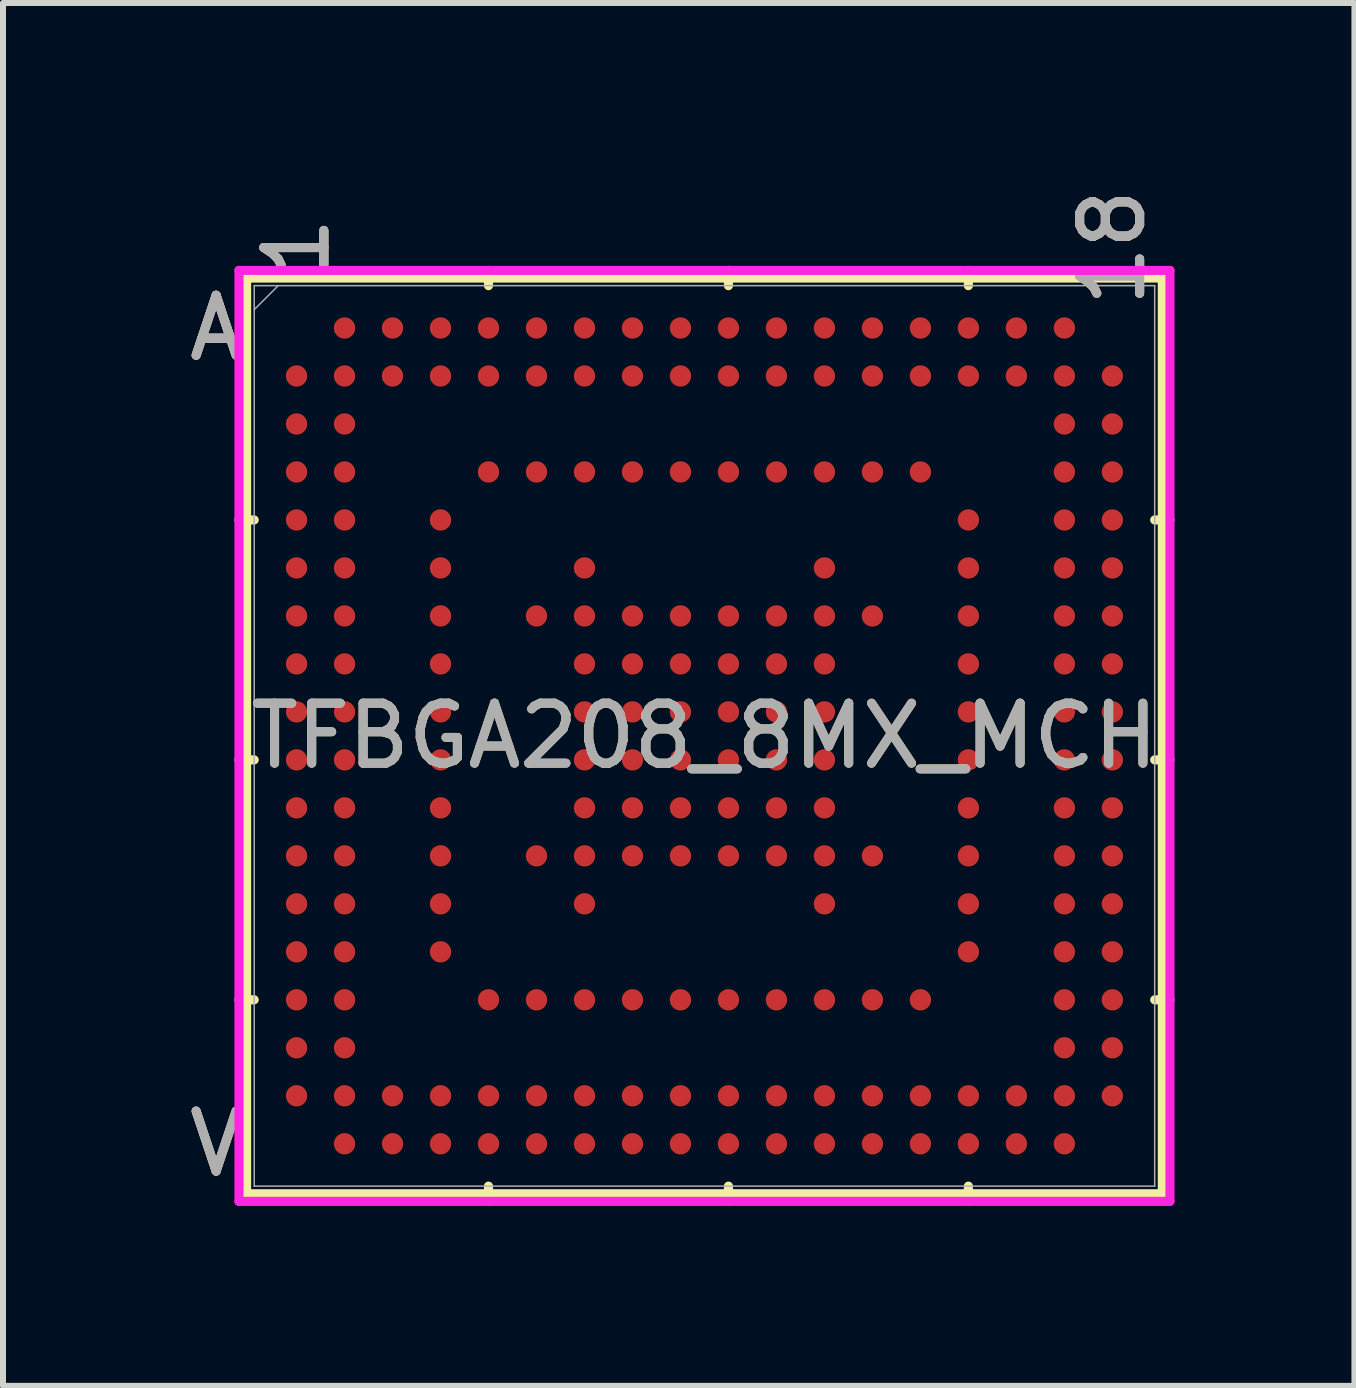
<source format=kicad_pcb>
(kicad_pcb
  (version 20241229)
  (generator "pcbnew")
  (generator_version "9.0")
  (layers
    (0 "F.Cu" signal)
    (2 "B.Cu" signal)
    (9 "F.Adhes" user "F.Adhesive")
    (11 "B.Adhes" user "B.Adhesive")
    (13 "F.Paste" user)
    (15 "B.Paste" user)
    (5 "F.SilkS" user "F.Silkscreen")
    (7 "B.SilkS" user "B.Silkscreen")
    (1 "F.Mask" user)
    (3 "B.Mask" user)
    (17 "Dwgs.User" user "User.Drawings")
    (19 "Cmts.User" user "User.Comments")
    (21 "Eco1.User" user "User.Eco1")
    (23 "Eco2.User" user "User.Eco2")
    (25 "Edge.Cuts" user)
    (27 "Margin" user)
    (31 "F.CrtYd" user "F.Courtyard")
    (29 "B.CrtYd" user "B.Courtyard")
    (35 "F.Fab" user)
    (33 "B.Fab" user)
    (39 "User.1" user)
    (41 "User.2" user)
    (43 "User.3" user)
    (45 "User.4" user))
  (footprint "TFBGA208_8MX_MCH"
    (layer "F.Cu")
    (at 8.694 9.218)
    (property "Reference" "TFBGA208_8MX_MCH" (at 0 0 0) (unlocked yes) (layer "F.SilkS") (effects (font (size 1 1) (thickness 0.15))))
    (attr smd)
    (fp_line (start -7.633 -7.633) (end -7.633 7.633) (stroke (width 0.152) (type solid)) (layer "F.SilkS"))
    (fp_line (start -7.633 7.633) (end 7.633 7.633) (stroke (width 0.152) (type solid)) (layer "F.SilkS"))
    (fp_line (start -7.506 -3.6) (end -7.76 -3.6) (stroke (width 0.152) (type solid)) (layer "F.SilkS"))
    (fp_line (start -7.506 0.4) (end -7.76 0.4) (stroke (width 0.152) (type solid)) (layer "F.SilkS"))
    (fp_line (start -7.506 4.4) (end -7.76 4.4) (stroke (width 0.152) (type solid)) (layer "F.SilkS"))
    (fp_line (start -3.6 -7.506) (end -3.6 -7.76) (stroke (width 0.152) (type solid)) (layer "F.SilkS"))
    (fp_line (start -3.6 7.506) (end -3.6 7.76) (stroke (width 0.152) (type solid)) (layer "F.SilkS"))
    (fp_line (start 0.4 -7.506) (end 0.4 -7.76) (stroke (width 0.152) (type solid)) (layer "F.SilkS"))
    (fp_line (start 0.4 7.506) (end 0.4 7.76) (stroke (width 0.152) (type solid)) (layer "F.SilkS"))
    (fp_line (start 4.4 -7.506) (end 4.4 -7.76) (stroke (width 0.152) (type solid)) (layer "F.SilkS"))
    (fp_line (start 4.4 7.506) (end 4.4 7.76) (stroke (width 0.152) (type solid)) (layer "F.SilkS"))
    (fp_line (start 7.506 -3.6) (end 7.76 -3.6) (stroke (width 0.152) (type solid)) (layer "F.SilkS"))
    (fp_line (start 7.506 0.4) (end 7.76 0.4) (stroke (width 0.152) (type solid)) (layer "F.SilkS"))
    (fp_line (start 7.506 4.4) (end 7.76 4.4) (stroke (width 0.152) (type solid)) (layer "F.SilkS"))
    (fp_line (start 7.633 -7.633) (end -7.633 -7.633) (stroke (width 0.152) (type solid)) (layer "F.SilkS"))
    (fp_line (start 7.633 7.633) (end 7.633 -7.633) (stroke (width 0.152) (type solid)) (layer "F.SilkS"))
    (fp_poly (pts (xy -7.644 -7.644) (xy 7.644 -7.644) (xy 7.644 7.644) (xy -7.644 7.644)) (stroke (width 0.1) (type solid)) (fill no) (layer "Eco2.User"))
    (fp_line (start -7.76 -7.76) (end 7.76 -7.76) (stroke (width 0.152) (type solid)) (layer "F.CrtYd"))
    (fp_line (start -7.76 7.76) (end -7.76 -7.76) (stroke (width 0.152) (type solid)) (layer "F.CrtYd"))
    (fp_line (start 7.76 -7.76) (end 7.76 7.76) (stroke (width 0.152) (type solid)) (layer "F.CrtYd"))
    (fp_line (start 7.76 7.76) (end -7.76 7.76) (stroke (width 0.152) (type solid)) (layer "F.CrtYd"))
    (fp_line (start -7.506 -7.506) (end -7.506 7.506) (stroke (width 0.025) (type solid)) (layer "F.Fab"))
    (fp_line (start -7.506 7.506) (end 7.506 7.506) (stroke (width 0.025) (type solid)) (layer "F.Fab"))
    (fp_line (start -7.106 -7.506) (end -7.506 -7.106) (stroke (width 0.025) (type solid)) (layer "F.Fab"))
    (fp_line (start 7.506 -7.506) (end -7.506 -7.506) (stroke (width 0.025) (type solid)) (layer "F.Fab"))
    (fp_line (start 7.506 7.506) (end 7.506 -7.506) (stroke (width 0.025) (type solid)) (layer "F.Fab"))
    (fp_text user "1" (at -6.8 -8.141 90) (unlocked yes) (layer "F.SilkS") (effects (font (size 1 1) (thickness 0.15))))
    (fp_text user "18" (at 6.8 -8.141 90) (unlocked yes) (layer "F.SilkS") (effects (font (size 1 1) (thickness 0.15))))
    (fp_text user "A" (at -8.141 -6.8 0) (unlocked yes) (layer "F.SilkS") (effects (font (size 1 1) (thickness 0.15))))
    (fp_text user "V" (at -8.141 6.8 0) (unlocked yes) (layer "F.SilkS") (effects (font (size 1 1) (thickness 0.15))))
    (fp_text user "V" (at -8.141 6.8 0) (unlocked yes) (layer "B.SilkS") (effects (font (size 1 1) (thickness 0.15))))
    (fp_text user "18" (at 6.8 -8.141 90) (unlocked yes) (layer "B.SilkS") (effects (font (size 1 1) (thickness 0.15))))
    (fp_text user "A" (at -8.141 -6.8 0) (unlocked yes) (layer "B.SilkS") (effects (font (size 1 1) (thickness 0.15))))
    (fp_text user "1" (at -6.8 -8.141 90) (unlocked yes) (layer "B.SilkS") (effects (font (size 1 1) (thickness 0.15))))
    (fp_text user "A" (at -8.141 -6.8 0) (unlocked yes) (layer "F.Fab") (effects (font (size 1 1) (thickness 0.15))))
    (fp_text user "V" (at -8.141 6.8 0) (unlocked yes) (layer "F.Fab") (effects (font (size 1 1) (thickness 0.15))))
    (fp_text user "${REFERENCE}" (at 0 0 0) (unlocked yes) (layer "F.Fab") (effects (font (size 1 1) (thickness 0.15))))
    (fp_text user "18" (at 6.8 -8.141 90) (unlocked yes) (layer "F.Fab") (effects (font (size 1 1) (thickness 0.15))))
    (fp_text user "1" (at -6.8 -8.141 90) (unlocked yes) (layer "F.Fab") (effects (font (size 1 1) (thickness 0.15))))
    (pad "A2" smd circle (at -6 -6.8) (size 0.356 0.356) (layers "F.Cu" "F.Mask" "F.Paste"))
    (pad "A3" smd circle (at -5.2 -6.8) (size 0.356 0.356) (layers "F.Cu" "F.Mask" "F.Paste"))
    (pad "A4" smd circle (at -4.4 -6.8) (size 0.356 0.356) (layers "F.Cu" "F.Mask" "F.Paste"))
    (pad "A5" smd circle (at -3.6 -6.8) (size 0.356 0.356) (layers "F.Cu" "F.Mask" "F.Paste"))
    (pad "A6" smd circle (at -2.8 -6.8) (size 0.356 0.356) (layers "F.Cu" "F.Mask" "F.Paste"))
    (pad "A7" smd circle (at -2 -6.8) (size 0.356 0.356) (layers "F.Cu" "F.Mask" "F.Paste"))
    (pad "A8" smd circle (at -1.2 -6.8) (size 0.356 0.356) (layers "F.Cu" "F.Mask" "F.Paste"))
    (pad "A9" smd circle (at -0.4 -6.8) (size 0.356 0.356) (layers "F.Cu" "F.Mask" "F.Paste"))
    (pad "A10" smd circle (at 0.4 -6.8) (size 0.356 0.356) (layers "F.Cu" "F.Mask" "F.Paste"))
    (pad "A11" smd circle (at 1.2 -6.8) (size 0.356 0.356) (layers "F.Cu" "F.Mask" "F.Paste"))
    (pad "A12" smd circle (at 2 -6.8) (size 0.356 0.356) (layers "F.Cu" "F.Mask" "F.Paste"))
    (pad "A13" smd circle (at 2.8 -6.8) (size 0.356 0.356) (layers "F.Cu" "F.Mask" "F.Paste"))
    (pad "A14" smd circle (at 3.6 -6.8) (size 0.356 0.356) (layers "F.Cu" "F.Mask" "F.Paste"))
    (pad "A15" smd circle (at 4.4 -6.8) (size 0.356 0.356) (layers "F.Cu" "F.Mask" "F.Paste"))
    (pad "A16" smd circle (at 5.2 -6.8) (size 0.356 0.356) (layers "F.Cu" "F.Mask" "F.Paste"))
    (pad "A17" smd circle (at 6 -6.8) (size 0.356 0.356) (layers "F.Cu" "F.Mask" "F.Paste"))
    (pad "B1" smd circle (at -6.8 -6) (size 0.356 0.356) (layers "F.Cu" "F.Mask" "F.Paste"))
    (pad "B2" smd circle (at -6 -6) (size 0.356 0.356) (layers "F.Cu" "F.Mask" "F.Paste"))
    (pad "B3" smd circle (at -5.2 -6) (size 0.356 0.356) (layers "F.Cu" "F.Mask" "F.Paste"))
    (pad "B4" smd circle (at -4.4 -6) (size 0.356 0.356) (layers "F.Cu" "F.Mask" "F.Paste"))
    (pad "B5" smd circle (at -3.6 -6) (size 0.356 0.356) (layers "F.Cu" "F.Mask" "F.Paste"))
    (pad "B6" smd circle (at -2.8 -6) (size 0.356 0.356) (layers "F.Cu" "F.Mask" "F.Paste"))
    (pad "B7" smd circle (at -2 -6) (size 0.356 0.356) (layers "F.Cu" "F.Mask" "F.Paste"))
    (pad "B8" smd circle (at -1.2 -6) (size 0.356 0.356) (layers "F.Cu" "F.Mask" "F.Paste"))
    (pad "B9" smd circle (at -0.4 -6) (size 0.356 0.356) (layers "F.Cu" "F.Mask" "F.Paste"))
    (pad "B10" smd circle (at 0.4 -6) (size 0.356 0.356) (layers "F.Cu" "F.Mask" "F.Paste"))
    (pad "B11" smd circle (at 1.2 -6) (size 0.356 0.356) (layers "F.Cu" "F.Mask" "F.Paste"))
    (pad "B12" smd circle (at 2 -6) (size 0.356 0.356) (layers "F.Cu" "F.Mask" "F.Paste"))
    (pad "B13" smd circle (at 2.8 -6) (size 0.356 0.356) (layers "F.Cu" "F.Mask" "F.Paste"))
    (pad "B14" smd circle (at 3.6 -6) (size 0.356 0.356) (layers "F.Cu" "F.Mask" "F.Paste"))
    (pad "B15" smd circle (at 4.4 -6) (size 0.356 0.356) (layers "F.Cu" "F.Mask" "F.Paste"))
    (pad "B16" smd circle (at 5.2 -6) (size 0.356 0.356) (layers "F.Cu" "F.Mask" "F.Paste"))
    (pad "B17" smd circle (at 6 -6) (size 0.356 0.356) (layers "F.Cu" "F.Mask" "F.Paste"))
    (pad "B18" smd circle (at 6.8 -6) (size 0.356 0.356) (layers "F.Cu" "F.Mask" "F.Paste"))
    (pad "C1" smd circle (at -6.8 -5.2) (size 0.356 0.356) (layers "F.Cu" "F.Mask" "F.Paste"))
    (pad "C2" smd circle (at -6 -5.2) (size 0.356 0.356) (layers "F.Cu" "F.Mask" "F.Paste"))
    (pad "C17" smd circle (at 6 -5.2) (size 0.356 0.356) (layers "F.Cu" "F.Mask" "F.Paste"))
    (pad "C18" smd circle (at 6.8 -5.2) (size 0.356 0.356) (layers "F.Cu" "F.Mask" "F.Paste"))
    (pad "D1" smd circle (at -6.8 -4.4) (size 0.356 0.356) (layers "F.Cu" "F.Mask" "F.Paste"))
    (pad "D2" smd circle (at -6 -4.4) (size 0.356 0.356) (layers "F.Cu" "F.Mask" "F.Paste"))
    (pad "D5" smd circle (at -3.6 -4.4) (size 0.356 0.356) (layers "F.Cu" "F.Mask" "F.Paste"))
    (pad "D6" smd circle (at -2.8 -4.4) (size 0.356 0.356) (layers "F.Cu" "F.Mask" "F.Paste"))
    (pad "D7" smd circle (at -2 -4.4) (size 0.356 0.356) (layers "F.Cu" "F.Mask" "F.Paste"))
    (pad "D8" smd circle (at -1.2 -4.4) (size 0.356 0.356) (layers "F.Cu" "F.Mask" "F.Paste"))
    (pad "D9" smd circle (at -0.4 -4.4) (size 0.356 0.356) (layers "F.Cu" "F.Mask" "F.Paste"))
    (pad "D10" smd circle (at 0.4 -4.4) (size 0.356 0.356) (layers "F.Cu" "F.Mask" "F.Paste"))
    (pad "D11" smd circle (at 1.2 -4.4) (size 0.356 0.356) (layers "F.Cu" "F.Mask" "F.Paste"))
    (pad "D12" smd circle (at 2 -4.4) (size 0.356 0.356) (layers "F.Cu" "F.Mask" "F.Paste"))
    (pad "D13" smd circle (at 2.8 -4.4) (size 0.356 0.356) (layers "F.Cu" "F.Mask" "F.Paste"))
    (pad "D14" smd circle (at 3.6 -4.4) (size 0.356 0.356) (layers "F.Cu" "F.Mask" "F.Paste"))
    (pad "D17" smd circle (at 6 -4.4) (size 0.356 0.356) (layers "F.Cu" "F.Mask" "F.Paste"))
    (pad "D18" smd circle (at 6.8 -4.4) (size 0.356 0.356) (layers "F.Cu" "F.Mask" "F.Paste"))
    (pad "E1" smd circle (at -6.8 -3.6) (size 0.356 0.356) (layers "F.Cu" "F.Mask" "F.Paste"))
    (pad "E2" smd circle (at -6 -3.6) (size 0.356 0.356) (layers "F.Cu" "F.Mask" "F.Paste"))
    (pad "E4" smd circle (at -4.4 -3.6) (size 0.356 0.356) (layers "F.Cu" "F.Mask" "F.Paste"))
    (pad "E15" smd circle (at 4.4 -3.6) (size 0.356 0.356) (layers "F.Cu" "F.Mask" "F.Paste"))
    (pad "E17" smd circle (at 6 -3.6) (size 0.356 0.356) (layers "F.Cu" "F.Mask" "F.Paste"))
    (pad "E18" smd circle (at 6.8 -3.6) (size 0.356 0.356) (layers "F.Cu" "F.Mask" "F.Paste"))
    (pad "F1" smd circle (at -6.8 -2.8) (size 0.356 0.356) (layers "F.Cu" "F.Mask" "F.Paste"))
    (pad "F2" smd circle (at -6 -2.8) (size 0.356 0.356) (layers "F.Cu" "F.Mask" "F.Paste"))
    (pad "F4" smd circle (at -4.4 -2.8) (size 0.356 0.356) (layers "F.Cu" "F.Mask" "F.Paste"))
    (pad "F7" smd circle (at -2 -2.8) (size 0.356 0.356) (layers "F.Cu" "F.Mask" "F.Paste"))
    (pad "F12" smd circle (at 2 -2.8) (size 0.356 0.356) (layers "F.Cu" "F.Mask" "F.Paste"))
    (pad "F15" smd circle (at 4.4 -2.8) (size 0.356 0.356) (layers "F.Cu" "F.Mask" "F.Paste"))
    (pad "F17" smd circle (at 6 -2.8) (size 0.356 0.356) (layers "F.Cu" "F.Mask" "F.Paste"))
    (pad "F18" smd circle (at 6.8 -2.8) (size 0.356 0.356) (layers "F.Cu" "F.Mask" "F.Paste"))
    (pad "G1" smd circle (at -6.8 -2) (size 0.356 0.356) (layers "F.Cu" "F.Mask" "F.Paste"))
    (pad "G2" smd circle (at -6 -2) (size 0.356 0.356) (layers "F.Cu" "F.Mask" "F.Paste"))
    (pad "G4" smd circle (at -4.4 -2) (size 0.356 0.356) (layers "F.Cu" "F.Mask" "F.Paste"))
    (pad "G6" smd circle (at -2.8 -2) (size 0.356 0.356) (layers "F.Cu" "F.Mask" "F.Paste"))
    (pad "G7" smd circle (at -2 -2) (size 0.356 0.356) (layers "F.Cu" "F.Mask" "F.Paste"))
    (pad "G8" smd circle (at -1.2 -2) (size 0.356 0.356) (layers "F.Cu" "F.Mask" "F.Paste"))
    (pad "G9" smd circle (at -0.4 -2) (size 0.356 0.356) (layers "F.Cu" "F.Mask" "F.Paste"))
    (pad "G10" smd circle (at 0.4 -2) (size 0.356 0.356) (layers "F.Cu" "F.Mask" "F.Paste"))
    (pad "G11" smd circle (at 1.2 -2) (size 0.356 0.356) (layers "F.Cu" "F.Mask" "F.Paste"))
    (pad "G12" smd circle (at 2 -2) (size 0.356 0.356) (layers "F.Cu" "F.Mask" "F.Paste"))
    (pad "G13" smd circle (at 2.8 -2) (size 0.356 0.356) (layers "F.Cu" "F.Mask" "F.Paste"))
    (pad "G15" smd circle (at 4.4 -2) (size 0.356 0.356) (layers "F.Cu" "F.Mask" "F.Paste"))
    (pad "G17" smd circle (at 6 -2) (size 0.356 0.356) (layers "F.Cu" "F.Mask" "F.Paste"))
    (pad "G18" smd circle (at 6.8 -2) (size 0.356 0.356) (layers "F.Cu" "F.Mask" "F.Paste"))
    (pad "H1" smd circle (at -6.8 -1.2) (size 0.356 0.356) (layers "F.Cu" "F.Mask" "F.Paste"))
    (pad "H2" smd circle (at -6 -1.2) (size 0.356 0.356) (layers "F.Cu" "F.Mask" "F.Paste"))
    (pad "H4" smd circle (at -4.4 -1.2) (size 0.356 0.356) (layers "F.Cu" "F.Mask" "F.Paste"))
    (pad "H7" smd circle (at -2 -1.2) (size 0.356 0.356) (layers "F.Cu" "F.Mask" "F.Paste"))
    (pad "H8" smd circle (at -1.2 -1.2) (size 0.356 0.356) (layers "F.Cu" "F.Mask" "F.Paste"))
    (pad "H9" smd circle (at -0.4 -1.2) (size 0.356 0.356) (layers "F.Cu" "F.Mask" "F.Paste"))
    (pad "H10" smd circle (at 0.4 -1.2) (size 0.356 0.356) (layers "F.Cu" "F.Mask" "F.Paste"))
    (pad "H11" smd circle (at 1.2 -1.2) (size 0.356 0.356) (layers "F.Cu" "F.Mask" "F.Paste"))
    (pad "H12" smd circle (at 2 -1.2) (size 0.356 0.356) (layers "F.Cu" "F.Mask" "F.Paste"))
    (pad "H15" smd circle (at 4.4 -1.2) (size 0.356 0.356) (layers "F.Cu" "F.Mask" "F.Paste"))
    (pad "H17" smd circle (at 6 -1.2) (size 0.356 0.356) (layers "F.Cu" "F.Mask" "F.Paste"))
    (pad "H18" smd circle (at 6.8 -1.2) (size 0.356 0.356) (layers "F.Cu" "F.Mask" "F.Paste"))
    (pad "J1" smd circle (at -6.8 -0.4) (size 0.356 0.356) (layers "F.Cu" "F.Mask" "F.Paste"))
    (pad "J2" smd circle (at -6 -0.4) (size 0.356 0.356) (layers "F.Cu" "F.Mask" "F.Paste"))
    (pad "J4" smd circle (at -4.4 -0.4) (size 0.356 0.356) (layers "F.Cu" "F.Mask" "F.Paste"))
    (pad "J7" smd circle (at -2 -0.4) (size 0.356 0.356) (layers "F.Cu" "F.Mask" "F.Paste"))
    (pad "J8" smd circle (at -1.2 -0.4) (size 0.356 0.356) (layers "F.Cu" "F.Mask" "F.Paste"))
    (pad "J9" smd circle (at -0.4 -0.4) (size 0.356 0.356) (layers "F.Cu" "F.Mask" "F.Paste"))
    (pad "J10" smd circle (at 0.4 -0.4) (size 0.356 0.356) (layers "F.Cu" "F.Mask" "F.Paste"))
    (pad "J11" smd circle (at 1.2 -0.4) (size 0.356 0.356) (layers "F.Cu" "F.Mask" "F.Paste"))
    (pad "J12" smd circle (at 2 -0.4) (size 0.356 0.356) (layers "F.Cu" "F.Mask" "F.Paste"))
    (pad "J15" smd circle (at 4.4 -0.4) (size 0.356 0.356) (layers "F.Cu" "F.Mask" "F.Paste"))
    (pad "J17" smd circle (at 6 -0.4) (size 0.356 0.356) (layers "F.Cu" "F.Mask" "F.Paste"))
    (pad "J18" smd circle (at 6.8 -0.4) (size 0.356 0.356) (layers "F.Cu" "F.Mask" "F.Paste"))
    (pad "K1" smd circle (at -6.8 0.4) (size 0.356 0.356) (layers "F.Cu" "F.Mask" "F.Paste"))
    (pad "K2" smd circle (at -6 0.4) (size 0.356 0.356) (layers "F.Cu" "F.Mask" "F.Paste"))
    (pad "K4" smd circle (at -4.4 0.4) (size 0.356 0.356) (layers "F.Cu" "F.Mask" "F.Paste"))
    (pad "K7" smd circle (at -2 0.4) (size 0.356 0.356) (layers "F.Cu" "F.Mask" "F.Paste"))
    (pad "K8" smd circle (at -1.2 0.4) (size 0.356 0.356) (layers "F.Cu" "F.Mask" "F.Paste"))
    (pad "K9" smd circle (at -0.4 0.4) (size 0.356 0.356) (layers "F.Cu" "F.Mask" "F.Paste"))
    (pad "K10" smd circle (at 0.4 0.4) (size 0.356 0.356) (layers "F.Cu" "F.Mask" "F.Paste"))
    (pad "K11" smd circle (at 1.2 0.4) (size 0.356 0.356) (layers "F.Cu" "F.Mask" "F.Paste"))
    (pad "K12" smd circle (at 2 0.4) (size 0.356 0.356) (layers "F.Cu" "F.Mask" "F.Paste"))
    (pad "K15" smd circle (at 4.4 0.4) (size 0.356 0.356) (layers "F.Cu" "F.Mask" "F.Paste"))
    (pad "K17" smd circle (at 6 0.4) (size 0.356 0.356) (layers "F.Cu" "F.Mask" "F.Paste"))
    (pad "K18" smd circle (at 6.8 0.4) (size 0.356 0.356) (layers "F.Cu" "F.Mask" "F.Paste"))
    (pad "L1" smd circle (at -6.8 1.2) (size 0.356 0.356) (layers "F.Cu" "F.Mask" "F.Paste"))
    (pad "L2" smd circle (at -6 1.2) (size 0.356 0.356) (layers "F.Cu" "F.Mask" "F.Paste"))
    (pad "L4" smd circle (at -4.4 1.2) (size 0.356 0.356) (layers "F.Cu" "F.Mask" "F.Paste"))
    (pad "L7" smd circle (at -2 1.2) (size 0.356 0.356) (layers "F.Cu" "F.Mask" "F.Paste"))
    (pad "L8" smd circle (at -1.2 1.2) (size 0.356 0.356) (layers "F.Cu" "F.Mask" "F.Paste"))
    (pad "L9" smd circle (at -0.4 1.2) (size 0.356 0.356) (layers "F.Cu" "F.Mask" "F.Paste"))
    (pad "L10" smd circle (at 0.4 1.2) (size 0.356 0.356) (layers "F.Cu" "F.Mask" "F.Paste"))
    (pad "L11" smd circle (at 1.2 1.2) (size 0.356 0.356) (layers "F.Cu" "F.Mask" "F.Paste"))
    (pad "L12" smd circle (at 2 1.2) (size 0.356 0.356) (layers "F.Cu" "F.Mask" "F.Paste"))
    (pad "L15" smd circle (at 4.4 1.2) (size 0.356 0.356) (layers "F.Cu" "F.Mask" "F.Paste"))
    (pad "L17" smd circle (at 6 1.2) (size 0.356 0.356) (layers "F.Cu" "F.Mask" "F.Paste"))
    (pad "L18" smd circle (at 6.8 1.2) (size 0.356 0.356) (layers "F.Cu" "F.Mask" "F.Paste"))
    (pad "M1" smd circle (at -6.8 2) (size 0.356 0.356) (layers "F.Cu" "F.Mask" "F.Paste"))
    (pad "M2" smd circle (at -6 2) (size 0.356 0.356) (layers "F.Cu" "F.Mask" "F.Paste"))
    (pad "M4" smd circle (at -4.4 2) (size 0.356 0.356) (layers "F.Cu" "F.Mask" "F.Paste"))
    (pad "M6" smd circle (at -2.8 2) (size 0.356 0.356) (layers "F.Cu" "F.Mask" "F.Paste"))
    (pad "M7" smd circle (at -2 2) (size 0.356 0.356) (layers "F.Cu" "F.Mask" "F.Paste"))
    (pad "M8" smd circle (at -1.2 2) (size 0.356 0.356) (layers "F.Cu" "F.Mask" "F.Paste"))
    (pad "M9" smd circle (at -0.4 2) (size 0.356 0.356) (layers "F.Cu" "F.Mask" "F.Paste"))
    (pad "M10" smd circle (at 0.4 2) (size 0.356 0.356) (layers "F.Cu" "F.Mask" "F.Paste"))
    (pad "M11" smd circle (at 1.2 2) (size 0.356 0.356) (layers "F.Cu" "F.Mask" "F.Paste"))
    (pad "M12" smd circle (at 2 2) (size 0.356 0.356) (layers "F.Cu" "F.Mask" "F.Paste"))
    (pad "M13" smd circle (at 2.8 2) (size 0.356 0.356) (layers "F.Cu" "F.Mask" "F.Paste"))
    (pad "M15" smd circle (at 4.4 2) (size 0.356 0.356) (layers "F.Cu" "F.Mask" "F.Paste"))
    (pad "M17" smd circle (at 6 2) (size 0.356 0.356) (layers "F.Cu" "F.Mask" "F.Paste"))
    (pad "M18" smd circle (at 6.8 2) (size 0.356 0.356) (layers "F.Cu" "F.Mask" "F.Paste"))
    (pad "N1" smd circle (at -6.8 2.8) (size 0.356 0.356) (layers "F.Cu" "F.Mask" "F.Paste"))
    (pad "N2" smd circle (at -6 2.8) (size 0.356 0.356) (layers "F.Cu" "F.Mask" "F.Paste"))
    (pad "N4" smd circle (at -4.4 2.8) (size 0.356 0.356) (layers "F.Cu" "F.Mask" "F.Paste"))
    (pad "N7" smd circle (at -2 2.8) (size 0.356 0.356) (layers "F.Cu" "F.Mask" "F.Paste"))
    (pad "N12" smd circle (at 2 2.8) (size 0.356 0.356) (layers "F.Cu" "F.Mask" "F.Paste"))
    (pad "N15" smd circle (at 4.4 2.8) (size 0.356 0.356) (layers "F.Cu" "F.Mask" "F.Paste"))
    (pad "N17" smd circle (at 6 2.8) (size 0.356 0.356) (layers "F.Cu" "F.Mask" "F.Paste"))
    (pad "N18" smd circle (at 6.8 2.8) (size 0.356 0.356) (layers "F.Cu" "F.Mask" "F.Paste"))
    (pad "P1" smd circle (at -6.8 3.6) (size 0.356 0.356) (layers "F.Cu" "F.Mask" "F.Paste"))
    (pad "P2" smd circle (at -6 3.6) (size 0.356 0.356) (layers "F.Cu" "F.Mask" "F.Paste"))
    (pad "P4" smd circle (at -4.4 3.6) (size 0.356 0.356) (layers "F.Cu" "F.Mask" "F.Paste"))
    (pad "P15" smd circle (at 4.4 3.6) (size 0.356 0.356) (layers "F.Cu" "F.Mask" "F.Paste"))
    (pad "P17" smd circle (at 6 3.6) (size 0.356 0.356) (layers "F.Cu" "F.Mask" "F.Paste"))
    (pad "P18" smd circle (at 6.8 3.6) (size 0.356 0.356) (layers "F.Cu" "F.Mask" "F.Paste"))
    (pad "R1" smd circle (at -6.8 4.4) (size 0.356 0.356) (layers "F.Cu" "F.Mask" "F.Paste"))
    (pad "R2" smd circle (at -6 4.4) (size 0.356 0.356) (layers "F.Cu" "F.Mask" "F.Paste"))
    (pad "R5" smd circle (at -3.6 4.4) (size 0.356 0.356) (layers "F.Cu" "F.Mask" "F.Paste"))
    (pad "R6" smd circle (at -2.8 4.4) (size 0.356 0.356) (layers "F.Cu" "F.Mask" "F.Paste"))
    (pad "R7" smd circle (at -2 4.4) (size 0.356 0.356) (layers "F.Cu" "F.Mask" "F.Paste"))
    (pad "R8" smd circle (at -1.2 4.4) (size 0.356 0.356) (layers "F.Cu" "F.Mask" "F.Paste"))
    (pad "R9" smd circle (at -0.4 4.4) (size 0.356 0.356) (layers "F.Cu" "F.Mask" "F.Paste"))
    (pad "R10" smd circle (at 0.4 4.4) (size 0.356 0.356) (layers "F.Cu" "F.Mask" "F.Paste"))
    (pad "R11" smd circle (at 1.2 4.4) (size 0.356 0.356) (layers "F.Cu" "F.Mask" "F.Paste"))
    (pad "R12" smd circle (at 2 4.4) (size 0.356 0.356) (layers "F.Cu" "F.Mask" "F.Paste"))
    (pad "R13" smd circle (at 2.8 4.4) (size 0.356 0.356) (layers "F.Cu" "F.Mask" "F.Paste"))
    (pad "R14" smd circle (at 3.6 4.4) (size 0.356 0.356) (layers "F.Cu" "F.Mask" "F.Paste"))
    (pad "R17" smd circle (at 6 4.4) (size 0.356 0.356) (layers "F.Cu" "F.Mask" "F.Paste"))
    (pad "R18" smd circle (at 6.8 4.4) (size 0.356 0.356) (layers "F.Cu" "F.Mask" "F.Paste"))
    (pad "T1" smd circle (at -6.8 5.2) (size 0.356 0.356) (layers "F.Cu" "F.Mask" "F.Paste"))
    (pad "T2" smd circle (at -6 5.2) (size 0.356 0.356) (layers "F.Cu" "F.Mask" "F.Paste"))
    (pad "T17" smd circle (at 6 5.2) (size 0.356 0.356) (layers "F.Cu" "F.Mask" "F.Paste"))
    (pad "T18" smd circle (at 6.8 5.2) (size 0.356 0.356) (layers "F.Cu" "F.Mask" "F.Paste"))
    (pad "U1" smd circle (at -6.8 6) (size 0.356 0.356) (layers "F.Cu" "F.Mask" "F.Paste"))
    (pad "U2" smd circle (at -6 6) (size 0.356 0.356) (layers "F.Cu" "F.Mask" "F.Paste"))
    (pad "U3" smd circle (at -5.2 6) (size 0.356 0.356) (layers "F.Cu" "F.Mask" "F.Paste"))
    (pad "U4" smd circle (at -4.4 6) (size 0.356 0.356) (layers "F.Cu" "F.Mask" "F.Paste"))
    (pad "U5" smd circle (at -3.6 6) (size 0.356 0.356) (layers "F.Cu" "F.Mask" "F.Paste"))
    (pad "U6" smd circle (at -2.8 6) (size 0.356 0.356) (layers "F.Cu" "F.Mask" "F.Paste"))
    (pad "U7" smd circle (at -2 6) (size 0.356 0.356) (layers "F.Cu" "F.Mask" "F.Paste"))
    (pad "U8" smd circle (at -1.2 6) (size 0.356 0.356) (layers "F.Cu" "F.Mask" "F.Paste"))
    (pad "U9" smd circle (at -0.4 6) (size 0.356 0.356) (layers "F.Cu" "F.Mask" "F.Paste"))
    (pad "U10" smd circle (at 0.4 6) (size 0.356 0.356) (layers "F.Cu" "F.Mask" "F.Paste"))
    (pad "U11" smd circle (at 1.2 6) (size 0.356 0.356) (layers "F.Cu" "F.Mask" "F.Paste"))
    (pad "U12" smd circle (at 2 6) (size 0.356 0.356) (layers "F.Cu" "F.Mask" "F.Paste"))
    (pad "U13" smd circle (at 2.8 6) (size 0.356 0.356) (layers "F.Cu" "F.Mask" "F.Paste"))
    (pad "U14" smd circle (at 3.6 6) (size 0.356 0.356) (layers "F.Cu" "F.Mask" "F.Paste"))
    (pad "U15" smd circle (at 4.4 6) (size 0.356 0.356) (layers "F.Cu" "F.Mask" "F.Paste"))
    (pad "U16" smd circle (at 5.2 6) (size 0.356 0.356) (layers "F.Cu" "F.Mask" "F.Paste"))
    (pad "U17" smd circle (at 6 6) (size 0.356 0.356) (layers "F.Cu" "F.Mask" "F.Paste"))
    (pad "U18" smd circle (at 6.8 6) (size 0.356 0.356) (layers "F.Cu" "F.Mask" "F.Paste"))
    (pad "V2" smd circle (at -6 6.8) (size 0.356 0.356) (layers "F.Cu" "F.Mask" "F.Paste"))
    (pad "V3" smd circle (at -5.2 6.8) (size 0.356 0.356) (layers "F.Cu" "F.Mask" "F.Paste"))
    (pad "V4" smd circle (at -4.4 6.8) (size 0.356 0.356) (layers "F.Cu" "F.Mask" "F.Paste"))
    (pad "V5" smd circle (at -3.6 6.8) (size 0.356 0.356) (layers "F.Cu" "F.Mask" "F.Paste"))
    (pad "V6" smd circle (at -2.8 6.8) (size 0.356 0.356) (layers "F.Cu" "F.Mask" "F.Paste"))
    (pad "V7" smd circle (at -2 6.8) (size 0.356 0.356) (layers "F.Cu" "F.Mask" "F.Paste"))
    (pad "V8" smd circle (at -1.2 6.8) (size 0.356 0.356) (layers "F.Cu" "F.Mask" "F.Paste"))
    (pad "V9" smd circle (at -0.4 6.8) (size 0.356 0.356) (layers "F.Cu" "F.Mask" "F.Paste"))
    (pad "V10" smd circle (at 0.4 6.8) (size 0.356 0.356) (layers "F.Cu" "F.Mask" "F.Paste"))
    (pad "V11" smd circle (at 1.2 6.8) (size 0.356 0.356) (layers "F.Cu" "F.Mask" "F.Paste"))
    (pad "V12" smd circle (at 2 6.8) (size 0.356 0.356) (layers "F.Cu" "F.Mask" "F.Paste"))
    (pad "V13" smd circle (at 2.8 6.8) (size 0.356 0.356) (layers "F.Cu" "F.Mask" "F.Paste"))
    (pad "V14" smd circle (at 3.6 6.8) (size 0.356 0.356) (layers "F.Cu" "F.Mask" "F.Paste"))
    (pad "V15" smd circle (at 4.4 6.8) (size 0.356 0.356) (layers "F.Cu" "F.Mask" "F.Paste"))
    (pad "V16" smd circle (at 5.2 6.8) (size 0.356 0.356) (layers "F.Cu" "F.Mask" "F.Paste"))
    (pad "V17" smd circle (at 6 6.8) (size 0.356 0.356) (layers "F.Cu" "F.Mask" "F.Paste")))
  (gr_rect
    (start -3 -3)
    (end 19.53 20.054)
    (stroke (width 0.1) (type default))
    (fill no)
    (layer "Edge.Cuts")))
</source>
